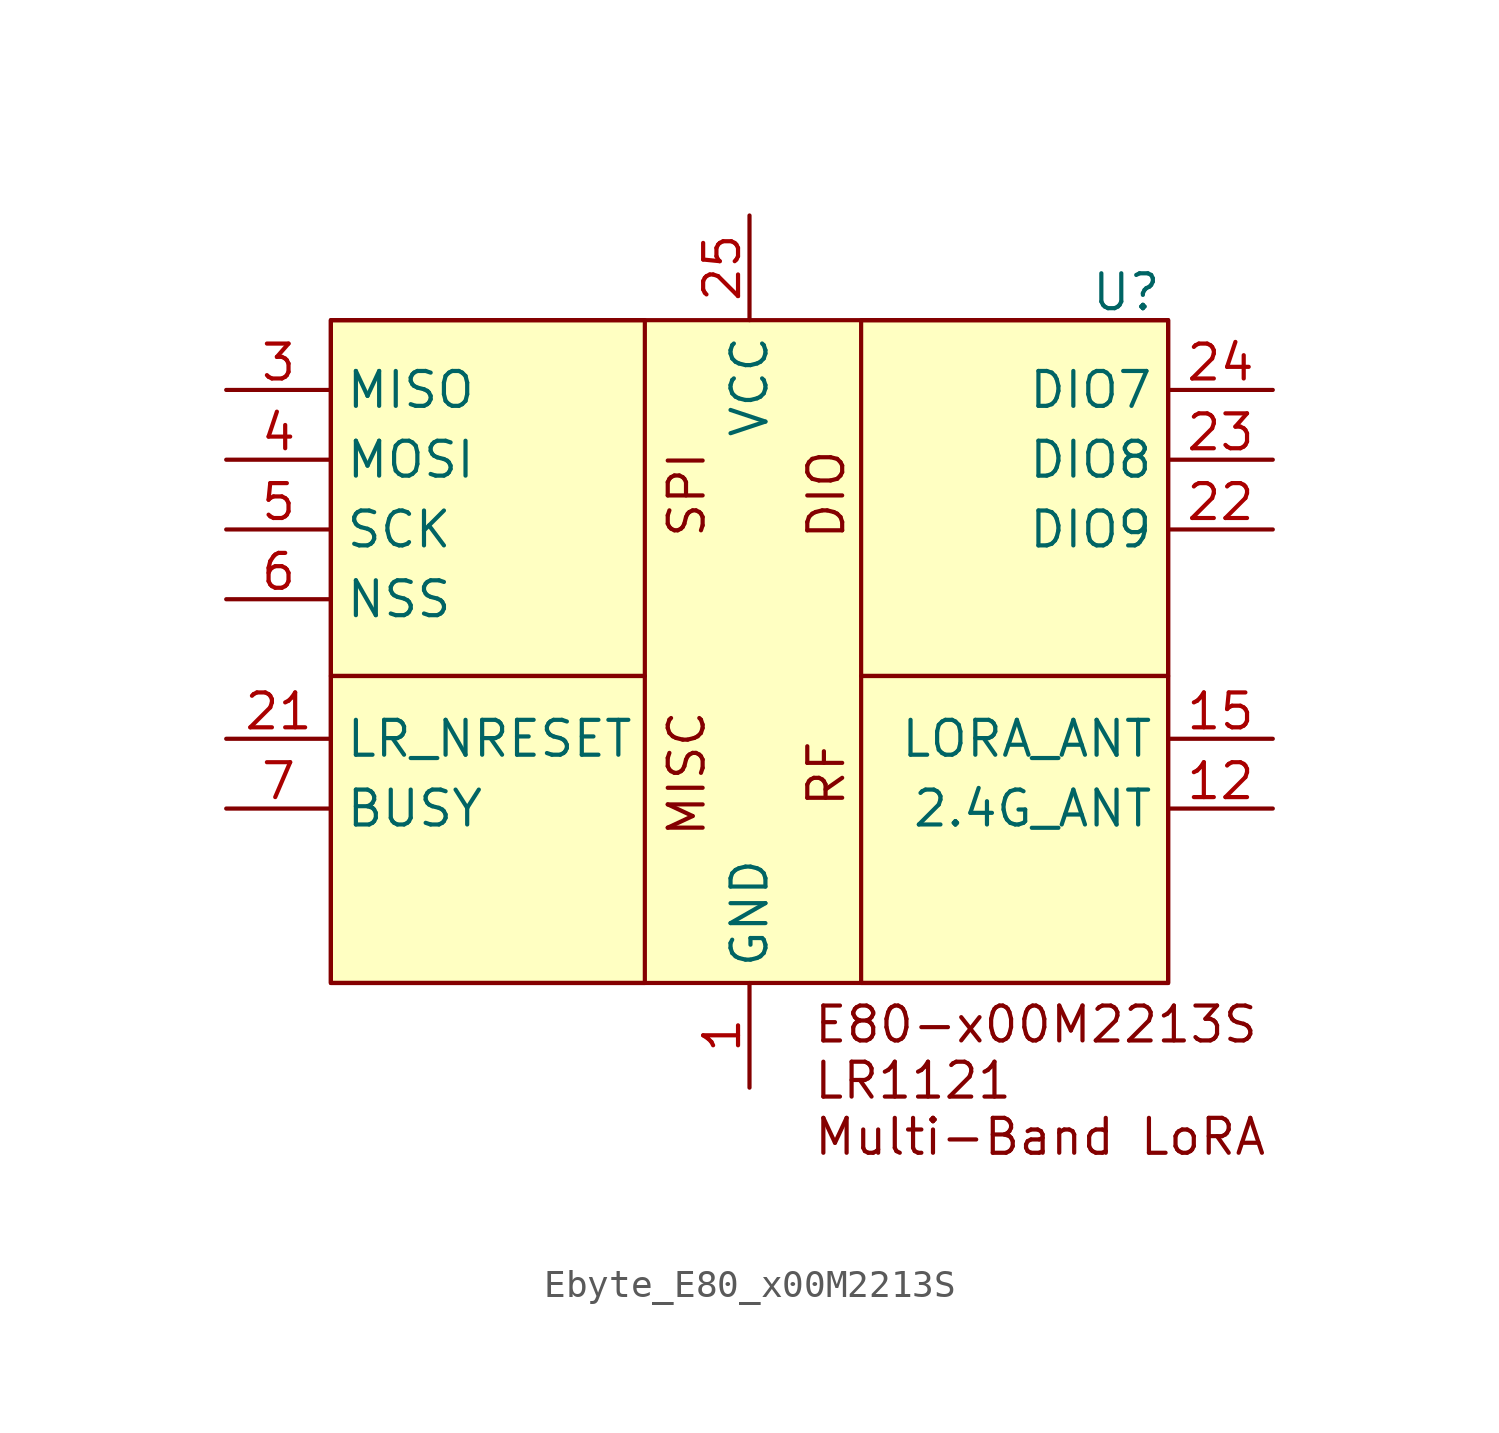
<source format=kicad_sym>
(kicad_symbol_lib
  (version 20231120)
  (generator "kicad_symbol_editor")
  (generator_version "8.0")
  (symbol "Ebyte_E80_x00M2213S"
    (property "Reference" "U"
      (at 13.716 21.336 0)
      (effects (font (size 1.27 1.27))))
    (property "Value" ""
      (at 0 0 0)
      (effects (font (size 1.27 1.27))))
    (symbol "Ebyte_E80_x00M2213S_1_1"
      (rectangle (start -15.24 7.366) (end -3.81 -3.81) (stroke (width 0) (type default)) (fill (type none)))
      (rectangle (start -15.24 20.32) (end -3.81 7.366) (stroke (width 0) (type default)) (fill (type none)))
      (rectangle (start -15.24 20.32) (end 15.24 -3.81) (stroke (width 0) (type default)) (fill (type background)))
      (rectangle (start 4.064 7.366) (end 15.24 -3.81) (stroke (width 0) (type default)) (fill (type none)))
      (rectangle (start 4.064 20.32) (end 15.24 7.366) (stroke (width 0) (type default)) (fill (type none)))
      (text "DIO" (at 2.794 13.97 900) (effects (font (size 1.27 1.27))))
      (text "E80-x00M2213S\nLR1121\nMulti-Band LoRA" (at 2.286 -7.366 0) (effects (font (size 1.27 1.27)) (justify left)))
      (text "MISC" (at -2.286 3.81 900) (effects (font (size 1.27 1.27))))
      (text "RF" (at 2.794 3.81 900) (effects (font (size 1.27 1.27))))
      (text "SPI" (at -2.286 13.97 900) (effects (font (size 1.27 1.27))))
      (pin power_in line (at 0 -7.62 90) (length 3.81) (name "GND" (effects (font (size 1.27 1.27)))) (number "1" (effects (font (size 1.27 1.27)))))
      (pin passive line (at 0 -7.62 90) (length 3.81) hide (name "GND" (effects (font (size 1.27 1.27)))) (number "11" (effects (font (size 1.27 1.27)))))
      (pin bidirectional line (at 19.05 2.54 180) (length 3.81) (name "2.4G_ANT" (effects (font (size 1.27 1.27)))) (number "12" (effects (font (size 1.27 1.27)))))
      (pin passive line (at 0 -7.62 90) (length 3.81) hide (name "GND" (effects (font (size 1.27 1.27)))) (number "13" (effects (font (size 1.27 1.27)))))
      (pin passive line (at 0 -7.62 90) (length 3.81) hide (name "GND" (effects (font (size 1.27 1.27)))) (number "14" (effects (font (size 1.27 1.27)))))
      (pin bidirectional line (at 19.05 5.08 180) (length 3.81) (name "LORA_ANT" (effects (font (size 1.27 1.27)))) (number "15" (effects (font (size 1.27 1.27)))))
      (pin passive line (at 0 -7.62 90) (length 3.81) hide (name "GND" (effects (font (size 1.27 1.27)))) (number "16" (effects (font (size 1.27 1.27)))))
      (pin passive line (at 0 -7.62 90) (length 3.81) hide (name "GND" (effects (font (size 1.27 1.27)))) (number "19" (effects (font (size 1.27 1.27)))))
      (pin input line (at -19.05 5.08 0) (length 3.81) (name "LR_NRESET" (effects (font (size 1.27 1.27)))) (number "21" (effects (font (size 1.27 1.27)))))
      (pin bidirectional line (at 19.05 12.7 180) (length 3.81) (name "DIO9" (effects (font (size 1.27 1.27)))) (number "22" (effects (font (size 1.27 1.27)))))
      (pin bidirectional line (at 19.05 15.24 180) (length 3.81) (name "DIO8" (effects (font (size 1.27 1.27)))) (number "23" (effects (font (size 1.27 1.27)))))
      (pin bidirectional line (at 19.05 17.78 180) (length 3.81) (name "DIO7" (effects (font (size 1.27 1.27)))) (number "24" (effects (font (size 1.27 1.27)))))
      (pin power_in line (at 0 24.13 270) (length 3.81) (name "VCC" (effects (font (size 1.27 1.27)))) (number "25" (effects (font (size 1.27 1.27)))))
      (pin passive line (at 0 -7.62 90) (length 3.81) hide (name "GND" (effects (font (size 1.27 1.27)))) (number "26" (effects (font (size 1.27 1.27)))))
      (pin output line (at -19.05 17.78 0) (length 3.81) (name "MISO" (effects (font (size 1.27 1.27)))) (number "3" (effects (font (size 1.27 1.27)))))
      (pin input line (at -19.05 15.24 0) (length 3.81) (name "MOSI" (effects (font (size 1.27 1.27)))) (number "4" (effects (font (size 1.27 1.27)))))
      (pin input line (at -19.05 12.7 0) (length 3.81) (name "SCK" (effects (font (size 1.27 1.27)))) (number "5" (effects (font (size 1.27 1.27)))))
      (pin input line (at -19.05 10.16 0) (length 3.81) (name "NSS" (effects (font (size 1.27 1.27)))) (number "6" (effects (font (size 1.27 1.27)))))
      (pin output line (at -19.05 2.54 0) (length 3.81) (name "BUSY" (effects (font (size 1.27 1.27)))) (number "7" (effects (font (size 1.27 1.27)))))
      (pin passive line (at 0 -7.62 90) (length 3.81) hide (name "GND" (effects (font (size 1.27 1.27)))) (number "8" (effects (font (size 1.27 1.27))))))))
</source>
